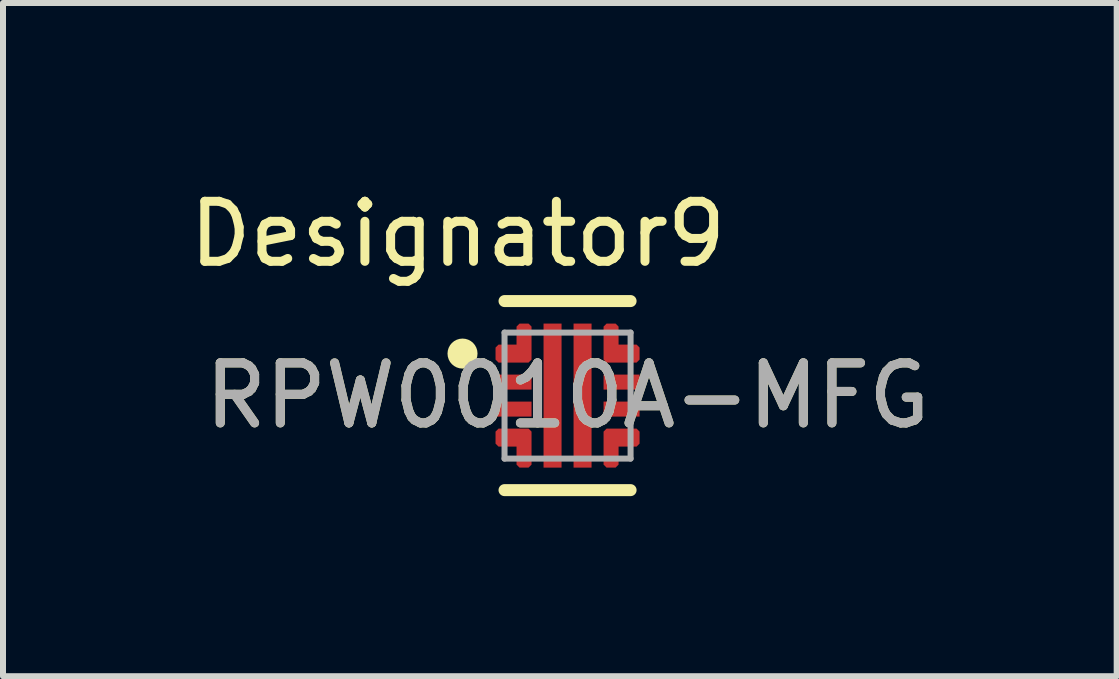
<source format=kicad_pcb>
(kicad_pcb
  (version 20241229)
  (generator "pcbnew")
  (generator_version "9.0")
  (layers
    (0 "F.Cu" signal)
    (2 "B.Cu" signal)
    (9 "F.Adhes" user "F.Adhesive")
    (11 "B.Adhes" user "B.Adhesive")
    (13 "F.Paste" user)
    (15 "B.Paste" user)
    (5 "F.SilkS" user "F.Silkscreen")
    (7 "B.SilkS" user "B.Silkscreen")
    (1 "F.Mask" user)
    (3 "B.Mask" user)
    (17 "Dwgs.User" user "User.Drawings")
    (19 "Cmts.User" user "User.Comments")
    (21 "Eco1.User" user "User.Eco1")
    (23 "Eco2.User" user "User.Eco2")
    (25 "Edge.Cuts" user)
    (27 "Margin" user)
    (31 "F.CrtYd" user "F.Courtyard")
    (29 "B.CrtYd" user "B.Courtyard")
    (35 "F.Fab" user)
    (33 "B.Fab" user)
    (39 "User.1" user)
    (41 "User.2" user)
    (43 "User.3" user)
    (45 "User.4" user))
  (footprint "RPW0010A-MFG"
    (layer "F.Cu")
    (at 6.406 3.541)
    (property "Reference" "RPW0010A-MFG" (at 0 0 0) (unlocked yes) (layer "F.SilkS") (effects (font (size 1 1) (thickness 0.15))))
    (attr smd)
    (fp_poly (pts (xy -0.85 0.85) (xy -1.15 0.85) (xy -1.2 0.8) (xy -1.2 0.6) (xy -1.15 0.55) (xy -0.65 0.55) (xy -0.6 0.6) (xy -0.6 1.15) (xy -0.65 1.2) (xy -0.8 1.2) (xy -0.85 1.15)) (stroke (width 0) (type solid)) (fill yes) (layer "F.Mask"))
    (fp_poly (pts (xy 0.85 -0.85) (xy 1.15 -0.85) (xy 1.2 -0.8) (xy 1.2 -0.6) (xy 1.15 -0.55) (xy 0.65 -0.55) (xy 0.6 -0.6) (xy 0.6 -1.15) (xy 0.65 -1.2) (xy 0.8 -1.2) (xy 0.85 -1.15)) (stroke (width 0) (type solid)) (fill yes) (layer "F.Mask"))
    (fp_line (start -1.05 -1.575) (end 1.05 -1.575) (stroke (width 0.2) (type solid)) (layer "F.SilkS"))
    (fp_line (start -1.05 1.575) (end 1.05 1.575) (stroke (width 0.2) (type solid)) (layer "F.SilkS"))
    (fp_circle (center -1.75 -0.7) (end -1.625 -0.7) (stroke (width 0.25) (type solid)) (fill no) (layer "F.SilkS"))
    (fp_poly (pts (xy -0.34 1.16) (xy -0.39 1.11) (xy -0.39 0.15) (xy -0.34 0.1) (xy -0.16 0.1) (xy -0.11 0.15) (xy -0.11 1.11) (xy -0.16 1.16)) (stroke (width 0) (type solid)) (fill yes) (layer "F.Paste"))
    (fp_poly (pts (xy -0.11 -1.11) (xy -0.11 -0.15) (xy -0.16 -0.1) (xy -0.34 -0.1) (xy -0.39 -0.15) (xy -0.39 -1.11) (xy -0.34 -1.16) (xy -0.16 -1.16)) (stroke (width 0) (type solid)) (fill yes) (layer "F.Paste"))
    (fp_poly (pts (xy 0.39 -0.15) (xy 0.34 -0.1) (xy 0.16 -0.1) (xy 0.11 -0.15) (xy 0.11 -1.11) (xy 0.16 -1.16) (xy 0.34 -1.16) (xy 0.39 -1.11)) (stroke (width 0) (type solid)) (fill yes) (layer "F.Paste"))
    (fp_poly (pts (xy 0.39 1.11) (xy 0.34 1.16) (xy 0.16 1.16) (xy 0.11 1.11) (xy 0.11 0.15) (xy 0.16 0.1) (xy 0.34 0.1) (xy 0.39 0.15)) (stroke (width 0) (type solid)) (fill yes) (layer "F.Paste"))
    (fp_poly (pts (xy -0.825 -0.825) (xy -0.825 -1.15) (xy -0.775 -1.2) (xy -0.65 -1.2) (xy -0.6 -1.15) (xy -0.6 -0.6) (xy -0.65 -0.55) (xy -1.15 -0.55) (xy -1.2 -0.6) (xy -1.2 -0.775) (xy -1.15 -0.825)) (stroke (width 0) (type solid)) (fill yes) (layer "F.Paste"))
    (fp_poly (pts (xy -0.825 0.825) (xy -0.825 1.15) (xy -0.775 1.2) (xy -0.65 1.2) (xy -0.6 1.15) (xy -0.6 0.6) (xy -0.65 0.55) (xy -1.15 0.55) (xy -1.2 0.6) (xy -1.2 0.775) (xy -1.15 0.825)) (stroke (width 0) (type solid)) (fill yes) (layer "F.Paste"))
    (fp_poly (pts (xy 0.825 -0.825) (xy 0.825 -1.15) (xy 0.775 -1.2) (xy 0.65 -1.2) (xy 0.6 -1.15) (xy 0.6 -0.6) (xy 0.65 -0.55) (xy 1.15 -0.55) (xy 1.2 -0.6) (xy 1.2 -0.775) (xy 1.15 -0.825)) (stroke (width 0) (type solid)) (fill yes) (layer "F.Paste"))
    (fp_poly (pts (xy 0.825 0.825) (xy 0.825 1.15) (xy 0.775 1.2) (xy 0.65 1.2) (xy 0.6 1.15) (xy 0.6 0.6) (xy 0.65 0.55) (xy 1.15 0.55) (xy 1.2 0.6) (xy 1.2 0.775) (xy 1.15 0.825)) (stroke (width 0) (type solid)) (fill yes) (layer "F.Paste"))
    (fp_line (start -1.05 -1.05) (end 1.05 -1.05) (stroke (width 0.1) (type solid)) (layer "F.Fab"))
    (fp_line (start -1.05 1.05) (end -1.05 -1.05) (stroke (width 0.1) (type solid)) (layer "F.Fab"))
    (fp_line (start -1.05 1.05) (end 1.05 1.05) (stroke (width 0.1) (type solid)) (layer "F.Fab"))
    (fp_line (start 1.05 1.05) (end 1.05 -1.05) (stroke (width 0.1) (type solid)) (layer "F.Fab"))
    (fp_text user "Designator9" (at -1.829 -2.692 0) (unlocked yes) (layer "F.SilkS") (effects (font (size 1 1) (thickness 0.15))))
    (fp_text user "${REFERENCE}" (at 0 0 0) (unlocked yes) (layer "F.Fab") (effects (font (size 1 1) (thickness 0.15))))
    (pad "1" smd custom (at -0.75 -0.7) (size 0.27 0.27) (layers "F.Cu" "F.Mask") (options (anchor circle)) (primitives (gr_poly (pts (xy -0.1 -0.15) (xy -0.1 -0.45) (xy -0.05 -0.5) (xy 0.1 -0.5) (xy 0.15 -0.45) (xy 0.15 0.1) (xy 0.1 0.15) (xy -0.4 0.15) (xy -0.45 0.1) (xy -0.45 -0.1) (xy -0.4 -0.15)) (width 0) (fill yes))))
    (pad "2" smd rect (at -0.9 -0.225) (size 0.6 0.25) (layers "F.Cu" "F.Mask" "F.Paste"))
    (pad "3" smd rect (at -0.9 0.225) (size 0.6 0.25) (layers "F.Cu" "F.Mask" "F.Paste"))
    (pad "4" smd custom (at -0.75 0.75) (size 0.255 0.255) (layers "F.Cu" "F.Mask") (options (anchor circle)) (primitives (gr_poly (pts (xy -0.1 0.1) (xy -0.1 0.4) (xy -0.05 0.45) (xy 0.1 0.45) (xy 0.15 0.4) (xy 0.15 -0.15) (xy 0.1 -0.2) (xy -0.4 -0.2) (xy -0.45 -0.15) (xy -0.45 0.05) (xy -0.4 0.1)) (width 0) (fill yes))))
    (pad "5" smd rect (at -0.25 0) (size 0.3 2.4) (layers "F.Cu" "F.Mask"))
    (pad "6" smd rect (at 0.25 0) (size 0.3 2.4) (layers "F.Cu" "F.Mask"))
    (pad "7" smd custom (at 0.75 0.75) (size 0.255 0.255) (layers "F.Cu" "F.Mask") (options (anchor circle)) (primitives (gr_poly (pts (xy 0.1 0.1) (xy 0.1 0.4) (xy 0.05 0.45) (xy -0.1 0.45) (xy -0.15 0.4) (xy -0.15 -0.15) (xy -0.1 -0.2) (xy 0.4 -0.2) (xy 0.45 -0.15) (xy 0.45 0.05) (xy 0.4 0.1)) (width 0) (fill yes))))
    (pad "8" smd rect (at 0.9 0.225) (size 0.6 0.25) (layers "F.Cu" "F.Mask" "F.Paste"))
    (pad "9" smd rect (at 0.9 -0.225) (size 0.6 0.25) (layers "F.Cu" "F.Mask" "F.Paste"))
    (pad "10" smd custom (at 0.75 -0.7) (size 0.27 0.27) (layers "F.Cu" "F.Mask") (options (anchor circle)) (primitives (gr_poly (pts (xy 0.1 -0.15) (xy 0.1 -0.45) (xy 0.05 -0.5) (xy -0.1 -0.5) (xy -0.15 -0.45) (xy -0.15 0.1) (xy -0.1 0.15) (xy 0.4 0.15) (xy 0.45 0.1) (xy 0.45 -0.1) (xy 0.4 -0.15)) (width 0) (fill yes)))))
  (gr_rect
    (start -3 -3)
    (end 15.555 8.216)
    (stroke (width 0.1) (type default))
    (fill no)
    (layer "Edge.Cuts")))
</source>
